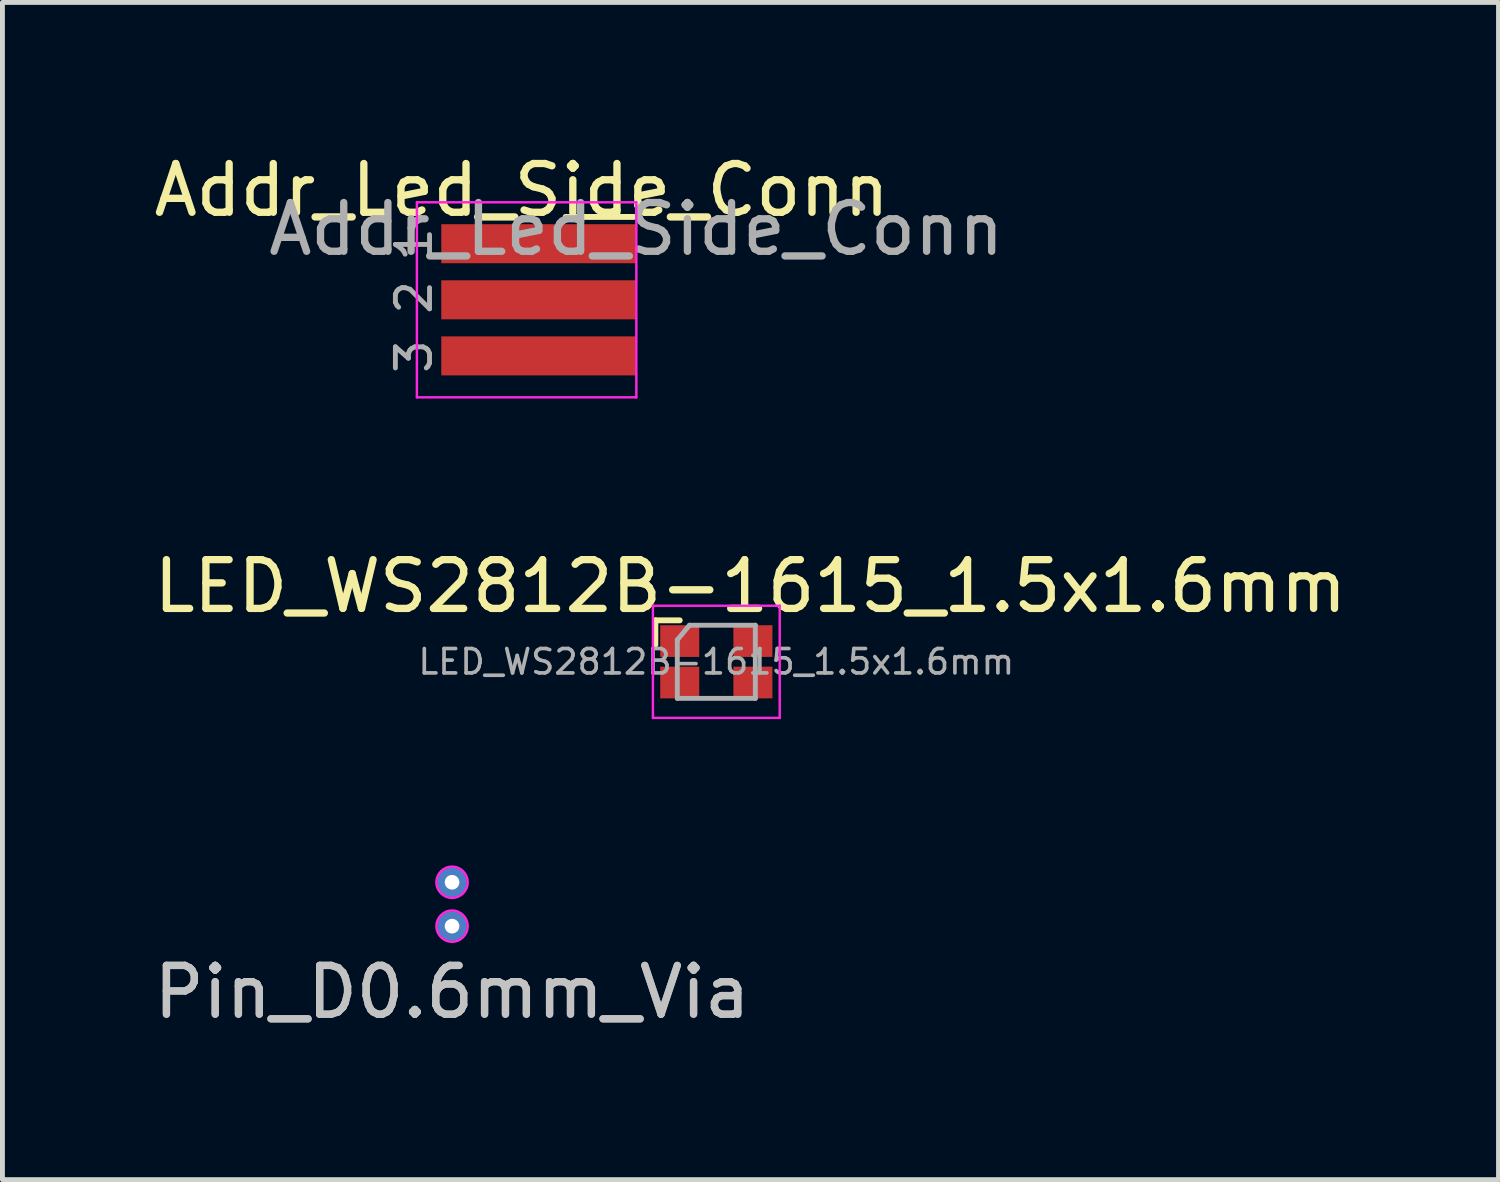
<source format=kicad_pcb>
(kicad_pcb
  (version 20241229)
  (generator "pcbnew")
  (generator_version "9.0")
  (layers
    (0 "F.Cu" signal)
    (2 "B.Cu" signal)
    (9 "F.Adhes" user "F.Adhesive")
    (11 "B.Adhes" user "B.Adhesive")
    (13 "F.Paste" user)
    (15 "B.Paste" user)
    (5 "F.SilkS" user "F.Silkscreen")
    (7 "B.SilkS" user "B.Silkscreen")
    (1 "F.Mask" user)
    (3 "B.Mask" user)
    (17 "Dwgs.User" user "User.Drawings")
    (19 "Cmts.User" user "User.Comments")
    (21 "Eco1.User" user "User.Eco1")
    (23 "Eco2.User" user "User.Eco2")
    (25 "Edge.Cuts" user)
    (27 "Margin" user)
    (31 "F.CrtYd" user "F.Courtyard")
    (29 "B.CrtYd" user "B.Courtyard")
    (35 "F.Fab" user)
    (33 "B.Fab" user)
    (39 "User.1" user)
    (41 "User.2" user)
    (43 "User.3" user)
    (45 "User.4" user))
  (footprint "LED_WS2812B-1615_1.5x1.6mm"
    (layer "F.Cu")
    (at 11.639 10.521)
    (property "Reference" "LED_WS2812B-1615_1.5x1.6mm" (at 0.7 -1.55 0) (layer "F.SilkS") (effects (font (size 1 1) (thickness 0.15))))
    (attr smd)
    (fp_line (start -1.25 -0.85) (end -1.25 -0.35) (stroke (width 0.12) (type solid)) (layer "F.SilkS"))
    (fp_line (start -0.75 -0.85) (end -1.25 -0.85) (stroke (width 0.12) (type solid)) (layer "F.SilkS"))
    (fp_line (start -1.3 -1.15) (end -1.3 1.15) (stroke (width 0.05) (type solid)) (layer "F.CrtYd"))
    (fp_line (start -1.3 1.15) (end 1.3 1.15) (stroke (width 0.05) (type solid)) (layer "F.CrtYd"))
    (fp_line (start 1.3 -1.15) (end -1.3 -1.15) (stroke (width 0.05) (type solid)) (layer "F.CrtYd"))
    (fp_line (start 1.3 1.15) (end 1.3 -1.15) (stroke (width 0.05) (type solid)) (layer "F.CrtYd"))
    (fp_line (start -0.8 -0.45) (end -0.8 0.75) (stroke (width 0.1) (type solid)) (layer "F.Fab"))
    (fp_line (start -0.8 0.75) (end 0.8 0.75) (stroke (width 0.1) (type solid)) (layer "F.Fab"))
    (fp_line (start -0.55 -0.75) (end -0.8 -0.45) (stroke (width 0.1) (type solid)) (layer "F.Fab"))
    (fp_line (start 0.8 -0.75) (end -0.55 -0.75) (stroke (width 0.1) (type solid)) (layer "F.Fab"))
    (fp_line (start 0.8 -0.75) (end 0.8 0.75) (stroke (width 0.1) (type solid)) (layer "F.Fab"))
    (fp_text user "${REFERENCE}" (at 0 0 0) (layer "F.Fab") (effects (font (size 0.5 0.5) (thickness 0.075))))
    (pad "1" smd rect (at -0.75 -0.425) (size 0.8 0.65) (layers "F.Cu" "F.Mask" "F.Paste"))
    (pad "2" smd rect (at 0.75 -0.425) (size 0.8 0.65) (layers "F.Cu" "F.Mask" "F.Paste"))
    (pad "3" smd rect (at -0.75 0.425) (size 0.8 0.65) (layers "F.Cu" "F.Mask" "F.Paste"))
    (pad "4" smd rect (at 0.75 0.425) (size 0.8 0.65) (layers "F.Cu" "F.Mask" "F.Paste")))
  (footprint "Addr_Led_Side_Conn"
    (layer "F.Cu")
    (at 9.999 3.098)
    (property "Reference" "Addr_Led_Side_Conn" (at -2.35 -2.25 180) (layer "F.SilkS") (effects (font (size 1 1) (thickness 0.15))))
    (attr exclude_from_pos_files exclude_from_bom)
    (fp_line (start -1.45 -1.7) (end -0.05 -1.7) (stroke (width 0.12) (type solid)) (layer "F.SilkS"))
    (fp_line (start -4.5 -2) (end -4.5 2) (stroke (width 0.05) (type solid)) (layer "F.CrtYd"))
    (fp_line (start -4.5 -2) (end 0 -2) (stroke (width 0.05) (type solid)) (layer "F.CrtYd"))
    (fp_line (start -4.5 2) (end 0 2) (stroke (width 0.05) (type solid)) (layer "F.CrtYd"))
    (fp_line (start 0 2) (end 0 -2) (stroke (width 0.05) (type solid)) (layer "F.CrtYd"))
    (fp_text user "${REFERENCE}" (at 0 -1.45 0) (layer "F.Fab") (effects (font (size 1 1) (thickness 0.15))))
    (fp_text user "2" (at -4.15 0.35 90) (unlocked yes) (layer "F.Fab") (effects (font (size 0.7 0.7) (thickness 0.1)) (justify left bottom)))
    (fp_text user "1" (at -4.15 -0.737 90) (unlocked yes) (layer "F.Fab") (effects (font (size 0.7 0.7) (thickness 0.1)) (justify left bottom)))
    (fp_text user "3" (at -4.15 1.563 90) (unlocked yes) (layer "F.Fab") (effects (font (size 0.7 0.7) (thickness 0.1)) (justify left bottom)))
    (pad "1" smd rect (at -2 -1.15) (size 4 0.8) (layers "F.Cu" "F.Mask"))
    (pad "2" smd rect (at -2 0) (size 4 0.8) (layers "F.Cu" "F.Mask"))
    (pad "3" smd rect (at -2 1.15) (size 4 0.8) (layers "F.Cu" "F.Mask")))
  (footprint "Pin_D0.6mm_Via"
    (layer "F.Cu")
    (at 6.22 15.492)
    (property "Reference" "Pin_D0.6mm_Via" (at 0 1.8 0) (layer "Dwgs.User") (effects (font (size 1 1) (thickness 0.15))))
    (attr through_hole)
    (fp_circle (center 0 -0.45) (end 0.2 -0.7) (stroke (width 0.05) (type default)) (fill no) (layer "F.CrtYd"))
    (fp_circle (center 0 0.45) (end 0.2 0.2) (stroke (width 0.05) (type default)) (fill no) (layer "F.CrtYd"))
    (fp_text user "${REFERENCE}" (at 0 1.8 0) (layer "F.Fab") (effects (font (size 1 1) (thickness 0.15))))
    (pad "1" thru_hole circle (at 0 -0.45) (size 0.6 0.6) (drill 0.3) (layers "*.Cu"))
    (pad "2" thru_hole circle (at 0 0.45) (size 0.6 0.6) (drill 0.3) (layers "*.Cu")))
  (gr_rect
    (start -3 -3)
    (end 27.679 21.14)
    (stroke (width 0.1) (type default))
    (fill no)
    (layer "Edge.Cuts")))
</source>
